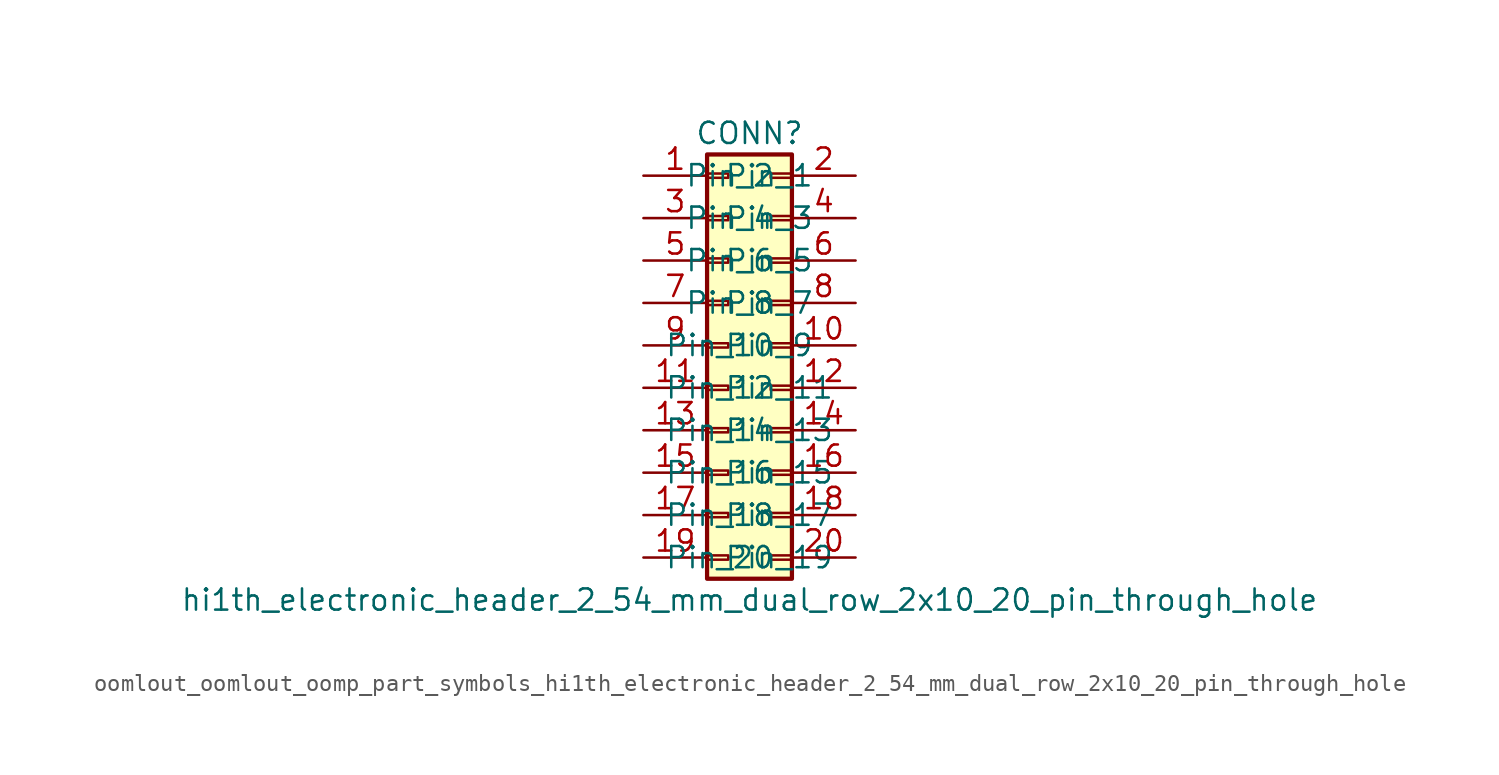
<source format=kicad_sym>
(kicad_symbol_lib
  (version 20220914)
  (generator kicad_symbol_editor)
  (symbol "oomlout_oomlout_oomp_part_symbols_hi1th_electronic_header_2_54_mm_dual_row_2x10_20_pin_through_hole"
    (pin_names
      (offset 1.016))
    (property "Reference" "CONN"
      (at 1.27 12.7 0)
      (effects (font (size 1.27 1.27))))
    (property "Value" "hi1th_electronic_header_2_54_mm_dual_row_2x10_20_pin_through_hole"
      (at 1.27 -15.24 0)
      (effects (font (size 1.27 1.27))))
    (symbol "oomlout_oomlout_oomp_part_symbols_hi1th_electronic_header_2_54_mm_dual_row_2x10_20_pin_through_hole_1_1"
      (rectangle (start -1.27 -12.573) (end 0 -12.827) (stroke (width 0.152) (type default)) (fill (type none)))
      (rectangle (start -1.27 -10.033) (end 0 -10.287) (stroke (width 0.152) (type default)) (fill (type none)))
      (rectangle (start -1.27 -7.493) (end 0 -7.747) (stroke (width 0.152) (type default)) (fill (type none)))
      (rectangle (start -1.27 -4.953) (end 0 -5.207) (stroke (width 0.152) (type default)) (fill (type none)))
      (rectangle (start -1.27 -2.413) (end 0 -2.667) (stroke (width 0.152) (type default)) (fill (type none)))
      (rectangle (start -1.27 0.127) (end 0 -0.127) (stroke (width 0.152) (type default)) (fill (type none)))
      (rectangle (start -1.27 2.667) (end 0 2.413) (stroke (width 0.152) (type default)) (fill (type none)))
      (rectangle (start -1.27 5.207) (end 0 4.953) (stroke (width 0.152) (type default)) (fill (type none)))
      (rectangle (start -1.27 7.747) (end 0 7.493) (stroke (width 0.152) (type default)) (fill (type none)))
      (rectangle (start -1.27 10.287) (end 0 10.033) (stroke (width 0.152) (type default)) (fill (type none)))
      (rectangle (start -1.27 11.43) (end 3.81 -13.97) (stroke (width 0.254) (type default)) (fill (type background)))
      (rectangle (start 3.81 -12.573) (end 2.54 -12.827) (stroke (width 0.152) (type default)) (fill (type none)))
      (rectangle (start 3.81 -10.033) (end 2.54 -10.287) (stroke (width 0.152) (type default)) (fill (type none)))
      (rectangle (start 3.81 -7.493) (end 2.54 -7.747) (stroke (width 0.152) (type default)) (fill (type none)))
      (rectangle (start 3.81 -4.953) (end 2.54 -5.207) (stroke (width 0.152) (type default)) (fill (type none)))
      (rectangle (start 3.81 -2.413) (end 2.54 -2.667) (stroke (width 0.152) (type default)) (fill (type none)))
      (rectangle (start 3.81 0.127) (end 2.54 -0.127) (stroke (width 0.152) (type default)) (fill (type none)))
      (rectangle (start 3.81 2.667) (end 2.54 2.413) (stroke (width 0.152) (type default)) (fill (type none)))
      (rectangle (start 3.81 5.207) (end 2.54 4.953) (stroke (width 0.152) (type default)) (fill (type none)))
      (rectangle (start 3.81 7.747) (end 2.54 7.493) (stroke (width 0.152) (type default)) (fill (type none)))
      (rectangle (start 3.81 10.287) (end 2.54 10.033) (stroke (width 0.152) (type default)) (fill (type none)))
      (pin passive line (at -5.08 10.16 0) (length 3.81) (name "Pin_1" (effects (font (size 1.27 1.27)))) (number "1" (effects (font (size 1.27 1.27)))))
      (pin passive line (at 7.62 0 180) (length 3.81) (name "Pin_10" (effects (font (size 1.27 1.27)))) (number "10" (effects (font (size 1.27 1.27)))))
      (pin passive line (at -5.08 -2.54 0) (length 3.81) (name "Pin_11" (effects (font (size 1.27 1.27)))) (number "11" (effects (font (size 1.27 1.27)))))
      (pin passive line (at 7.62 -2.54 180) (length 3.81) (name "Pin_12" (effects (font (size 1.27 1.27)))) (number "12" (effects (font (size 1.27 1.27)))))
      (pin passive line (at -5.08 -5.08 0) (length 3.81) (name "Pin_13" (effects (font (size 1.27 1.27)))) (number "13" (effects (font (size 1.27 1.27)))))
      (pin passive line (at 7.62 -5.08 180) (length 3.81) (name "Pin_14" (effects (font (size 1.27 1.27)))) (number "14" (effects (font (size 1.27 1.27)))))
      (pin passive line (at -5.08 -7.62 0) (length 3.81) (name "Pin_15" (effects (font (size 1.27 1.27)))) (number "15" (effects (font (size 1.27 1.27)))))
      (pin passive line (at 7.62 -7.62 180) (length 3.81) (name "Pin_16" (effects (font (size 1.27 1.27)))) (number "16" (effects (font (size 1.27 1.27)))))
      (pin passive line (at -5.08 -10.16 0) (length 3.81) (name "Pin_17" (effects (font (size 1.27 1.27)))) (number "17" (effects (font (size 1.27 1.27)))))
      (pin passive line (at 7.62 -10.16 180) (length 3.81) (name "Pin_18" (effects (font (size 1.27 1.27)))) (number "18" (effects (font (size 1.27 1.27)))))
      (pin passive line (at -5.08 -12.7 0) (length 3.81) (name "Pin_19" (effects (font (size 1.27 1.27)))) (number "19" (effects (font (size 1.27 1.27)))))
      (pin passive line (at 7.62 10.16 180) (length 3.81) (name "Pin_2" (effects (font (size 1.27 1.27)))) (number "2" (effects (font (size 1.27 1.27)))))
      (pin passive line (at 7.62 -12.7 180) (length 3.81) (name "Pin_20" (effects (font (size 1.27 1.27)))) (number "20" (effects (font (size 1.27 1.27)))))
      (pin passive line (at -5.08 7.62 0) (length 3.81) (name "Pin_3" (effects (font (size 1.27 1.27)))) (number "3" (effects (font (size 1.27 1.27)))))
      (pin passive line (at 7.62 7.62 180) (length 3.81) (name "Pin_4" (effects (font (size 1.27 1.27)))) (number "4" (effects (font (size 1.27 1.27)))))
      (pin passive line (at -5.08 5.08 0) (length 3.81) (name "Pin_5" (effects (font (size 1.27 1.27)))) (number "5" (effects (font (size 1.27 1.27)))))
      (pin passive line (at 7.62 5.08 180) (length 3.81) (name "Pin_6" (effects (font (size 1.27 1.27)))) (number "6" (effects (font (size 1.27 1.27)))))
      (pin passive line (at -5.08 2.54 0) (length 3.81) (name "Pin_7" (effects (font (size 1.27 1.27)))) (number "7" (effects (font (size 1.27 1.27)))))
      (pin passive line (at 7.62 2.54 180) (length 3.81) (name "Pin_8" (effects (font (size 1.27 1.27)))) (number "8" (effects (font (size 1.27 1.27)))))
      (pin passive line (at -5.08 0 0) (length 3.81) (name "Pin_9" (effects (font (size 1.27 1.27)))) (number "9" (effects (font (size 1.27 1.27))))))))
</source>
